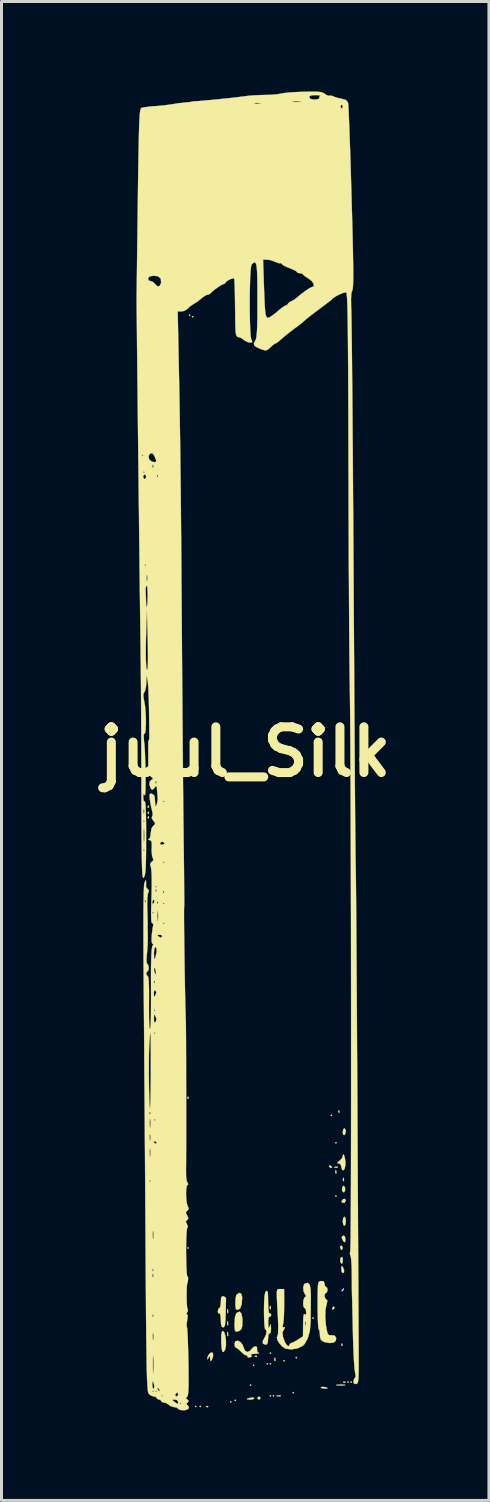
<source format=kicad_pcb>
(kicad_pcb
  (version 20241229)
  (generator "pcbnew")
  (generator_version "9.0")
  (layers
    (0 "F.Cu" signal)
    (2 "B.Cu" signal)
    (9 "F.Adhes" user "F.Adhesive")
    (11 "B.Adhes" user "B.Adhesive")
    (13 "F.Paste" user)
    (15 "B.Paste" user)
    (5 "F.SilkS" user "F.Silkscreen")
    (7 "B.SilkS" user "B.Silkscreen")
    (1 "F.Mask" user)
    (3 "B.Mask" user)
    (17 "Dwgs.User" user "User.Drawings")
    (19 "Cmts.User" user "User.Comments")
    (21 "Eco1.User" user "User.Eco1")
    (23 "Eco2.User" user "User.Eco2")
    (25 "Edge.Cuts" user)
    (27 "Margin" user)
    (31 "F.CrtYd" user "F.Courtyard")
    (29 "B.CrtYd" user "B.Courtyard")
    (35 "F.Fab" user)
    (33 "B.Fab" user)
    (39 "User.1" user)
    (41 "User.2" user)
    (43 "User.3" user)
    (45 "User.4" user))
  (footprint "juul_Silk"
    (layer "F.Cu")
    (at 5.124 22.01)
    (property "Reference" "juul_Silk" (at 0 0 0) (layer "F.SilkS") (effects (font (size 1.524 1.524) (thickness 0.3))))
    (attr through_hole)
    (fp_poly (pts (xy -1.88 16.535) (xy -1.905 16.561) (xy -1.93 16.535) (xy -1.905 16.51) (xy -1.88 16.535)) (stroke (width 0.01) (type solid)) (fill yes) (layer "F.SilkS"))
    (fp_poly (pts (xy -1.829 -14.554) (xy -1.854 -14.529) (xy -1.88 -14.554) (xy -1.854 -14.58) (xy -1.829 -14.554)) (stroke (width 0.01) (type solid)) (fill yes) (layer "F.SilkS"))
    (fp_poly (pts (xy -1.727 -14.503) (xy -1.753 -14.478) (xy -1.778 -14.503) (xy -1.753 -14.529) (xy -1.727 -14.503)) (stroke (width 0.01) (type solid)) (fill yes) (layer "F.SilkS"))
    (fp_poly (pts (xy -1.626 21.819) (xy -1.651 21.844) (xy -1.676 21.819) (xy -1.651 21.793) (xy -1.626 21.819)) (stroke (width 0.01) (type solid)) (fill yes) (layer "F.SilkS"))
    (fp_poly (pts (xy -1.473 21.819) (xy -1.499 21.844) (xy -1.524 21.819) (xy -1.499 21.793) (xy -1.473 21.819)) (stroke (width 0.01) (type solid)) (fill yes) (layer "F.SilkS"))
    (fp_poly (pts (xy -0.457 21.666) (xy -0.483 21.692) (xy -0.508 21.666) (xy -0.483 21.641) (xy -0.457 21.666)) (stroke (width 0.01) (type solid)) (fill yes) (layer "F.SilkS"))
    (fp_poly (pts (xy -0.305 21.615) (xy -0.33 21.641) (xy -0.356 21.615) (xy -0.33 21.59) (xy -0.305 21.615)) (stroke (width 0.01) (type solid)) (fill yes) (layer "F.SilkS"))
    (fp_poly (pts (xy 0.203 21.107) (xy 0.178 21.133) (xy 0.152 21.107) (xy 0.178 21.082) (xy 0.203 21.107)) (stroke (width 0.01) (type solid)) (fill yes) (layer "F.SilkS"))
    (fp_poly (pts (xy 0.305 20.447) (xy 0.279 20.472) (xy 0.254 20.447) (xy 0.279 20.422) (xy 0.305 20.447)) (stroke (width 0.01) (type solid)) (fill yes) (layer "F.SilkS"))
    (fp_poly (pts (xy 0.762 20.396) (xy 0.737 20.422) (xy 0.711 20.396) (xy 0.737 20.371) (xy 0.762 20.396)) (stroke (width 0.01) (type solid)) (fill yes) (layer "F.SilkS"))
    (fp_poly (pts (xy 0.864 20.041) (xy 0.838 20.066) (xy 0.813 20.041) (xy 0.838 20.015) (xy 0.864 20.041)) (stroke (width 0.01) (type solid)) (fill yes) (layer "F.SilkS"))
    (fp_poly (pts (xy 0.864 20.396) (xy 0.838 20.422) (xy 0.813 20.396) (xy 0.838 20.371) (xy 0.864 20.396)) (stroke (width 0.01) (type solid)) (fill yes) (layer "F.SilkS"))
    (fp_poly (pts (xy 0.864 21.463) (xy 0.838 21.488) (xy 0.813 21.463) (xy 0.838 21.438) (xy 0.864 21.463)) (stroke (width 0.01) (type solid)) (fill yes) (layer "F.SilkS"))
    (fp_poly (pts (xy 0.965 21.463) (xy 0.94 21.488) (xy 0.914 21.463) (xy 0.94 21.438) (xy 0.965 21.463)) (stroke (width 0.01) (type solid)) (fill yes) (layer "F.SilkS"))
    (fp_poly (pts (xy 1.321 20.295) (xy 1.295 20.32) (xy 1.27 20.295) (xy 1.295 20.269) (xy 1.321 20.295)) (stroke (width 0.01) (type solid)) (fill yes) (layer "F.SilkS"))
    (fp_poly (pts (xy 1.626 21.361) (xy 1.6 21.387) (xy 1.575 21.361) (xy 1.6 21.336) (xy 1.626 21.361)) (stroke (width 0.01) (type solid)) (fill yes) (layer "F.SilkS"))
    (fp_poly (pts (xy 1.727 20.193) (xy 1.702 20.218) (xy 1.676 20.193) (xy 1.702 20.168) (xy 1.727 20.193)) (stroke (width 0.01) (type solid)) (fill yes) (layer "F.SilkS"))
    (fp_poly (pts (xy 2.286 18.872) (xy 2.261 18.898) (xy 2.235 18.872) (xy 2.261 18.847) (xy 2.286 18.872)) (stroke (width 0.01) (type solid)) (fill yes) (layer "F.SilkS"))
    (fp_poly (pts (xy 2.896 12.116) (xy 2.87 12.141) (xy 2.845 12.116) (xy 2.87 12.09) (xy 2.896 12.116)) (stroke (width 0.01) (type solid)) (fill yes) (layer "F.SilkS"))
    (fp_poly (pts (xy 3.048 13.03) (xy 3.023 13.056) (xy 2.997 13.03) (xy 3.023 13.005) (xy 3.048 13.03)) (stroke (width 0.01) (type solid)) (fill yes) (layer "F.SilkS"))
    (fp_poly (pts (xy 3.048 14.808) (xy 3.023 14.834) (xy 2.997 14.808) (xy 3.023 14.783) (xy 3.048 14.808)) (stroke (width 0.01) (type solid)) (fill yes) (layer "F.SilkS"))
    (fp_poly (pts (xy 3.454 21.006) (xy 3.429 21.031) (xy 3.404 21.006) (xy 3.429 20.98) (xy 3.454 21.006)) (stroke (width 0.01) (type solid)) (fill yes) (layer "F.SilkS"))
    (fp_poly (pts (xy 3.556 21.006) (xy 3.531 21.031) (xy 3.505 21.006) (xy 3.531 20.98) (xy 3.556 21.006)) (stroke (width 0.01) (type solid)) (fill yes) (layer "F.SilkS"))
    (fp_poly (pts (xy -3.217 1.795) (xy -3.211 1.855) (xy -3.217 1.863) (xy -3.248 1.856) (xy -3.251 1.829) (xy -3.233 1.787) (xy -3.217 1.795)) (stroke (width 0.01) (type solid)) (fill yes) (layer "F.SilkS"))
    (fp_poly (pts (xy -3.217 1.998) (xy -3.211 2.058) (xy -3.217 2.066) (xy -3.248 2.059) (xy -3.251 2.032) (xy -3.233 1.99) (xy -3.217 1.998)) (stroke (width 0.01) (type solid)) (fill yes) (layer "F.SilkS"))
    (fp_poly (pts (xy -3.217 2.151) (xy -3.211 2.211) (xy -3.217 2.218) (xy -3.248 2.211) (xy -3.251 2.184) (xy -3.233 2.143) (xy -3.217 2.151)) (stroke (width 0.01) (type solid)) (fill yes) (layer "F.SilkS"))
    (fp_poly (pts (xy -1.897 11.498) (xy -1.89 11.558) (xy -1.897 11.565) (xy -1.927 11.558) (xy -1.93 11.532) (xy -1.912 11.49) (xy -1.897 11.498)) (stroke (width 0.01) (type solid)) (fill yes) (layer "F.SilkS"))
    (fp_poly (pts (xy -1.236 21.81) (xy -1.243 21.84) (xy -1.27 21.844) (xy -1.312 21.825) (xy -1.304 21.81) (xy -1.244 21.804) (xy -1.236 21.81)) (stroke (width 0.01) (type solid)) (fill yes) (layer "F.SilkS"))
    (fp_poly (pts (xy -0.576 18.58) (xy -0.569 18.684) (xy -0.576 18.707) (xy -0.594 18.713) (xy -0.602 18.644) (xy -0.594 18.571) (xy -0.576 18.58)) (stroke (width 0.01) (type solid)) (fill yes) (layer "F.SilkS"))
    (fp_poly (pts (xy -0.576 18.986) (xy -0.569 19.091) (xy -0.576 19.113) (xy -0.594 19.12) (xy -0.602 19.05) (xy -0.594 18.978) (xy -0.576 18.986)) (stroke (width 0.01) (type solid)) (fill yes) (layer "F.SilkS"))
    (fp_poly (pts (xy -0.576 19.342) (xy -0.569 19.446) (xy -0.576 19.469) (xy -0.594 19.475) (xy -0.602 19.406) (xy -0.594 19.333) (xy -0.576 19.342)) (stroke (width 0.01) (type solid)) (fill yes) (layer "F.SilkS"))
    (fp_poly (pts (xy 0.389 20.134) (xy 0.382 20.164) (xy 0.356 20.168) (xy 0.314 20.149) (xy 0.322 20.134) (xy 0.382 20.128) (xy 0.389 20.134)) (stroke (width 0.01) (type solid)) (fill yes) (layer "F.SilkS"))
    (fp_poly (pts (xy 0.848 18.482) (xy 0.854 18.561) (xy 0.843 18.579) (xy 0.82 18.564) (xy 0.817 18.512) (xy 0.829 18.458) (xy 0.848 18.482)) (stroke (width 0.01) (type solid)) (fill yes) (layer "F.SilkS"))
    (fp_poly (pts (xy 1 20.209) (xy 1.006 20.288) (xy 0.996 20.306) (xy 0.973 20.291) (xy 0.969 20.24) (xy 0.982 20.185) (xy 1 20.209)) (stroke (width 0.01) (type solid)) (fill yes) (layer "F.SilkS"))
    (fp_poly (pts (xy 1.181 21.455) (xy 1.187 21.473) (xy 1.118 21.48) (xy 1.045 21.472) (xy 1.054 21.455) (xy 1.158 21.448) (xy 1.181 21.455)) (stroke (width 0.01) (type solid)) (fill yes) (layer "F.SilkS"))
    (fp_poly (pts (xy 3.032 13.96) (xy 3.038 14.04) (xy 3.028 14.058) (xy 3.005 14.043) (xy 3.001 13.991) (xy 3.014 13.937) (xy 3.032 13.96)) (stroke (width 0.01) (type solid)) (fill yes) (layer "F.SilkS"))
    (fp_poly (pts (xy 3.085 13.838) (xy 3.07 13.861) (xy 3.018 13.864) (xy 2.964 13.852) (xy 2.988 13.834) (xy 3.067 13.828) (xy 3.085 13.838)) (stroke (width 0.01) (type solid)) (fill yes) (layer "F.SilkS"))
    (fp_poly (pts (xy 3.133 11.955) (xy 3.139 12.015) (xy 3.133 12.023) (xy 3.102 12.016) (xy 3.099 11.989) (xy 3.117 11.947) (xy 3.133 11.955)) (stroke (width 0.01) (type solid)) (fill yes) (layer "F.SilkS"))
    (fp_poly (pts (xy 3.234 19.727) (xy 3.24 19.788) (xy 3.234 19.795) (xy 3.204 19.788) (xy 3.2 19.761) (xy 3.219 19.719) (xy 3.234 19.727)) (stroke (width 0.01) (type solid)) (fill yes) (layer "F.SilkS"))
    (fp_poly (pts (xy 3.286 14.214) (xy 3.292 14.294) (xy 3.282 14.312) (xy 3.259 14.297) (xy 3.255 14.245) (xy 3.268 14.191) (xy 3.286 14.214)) (stroke (width 0.01) (type solid)) (fill yes) (layer "F.SilkS"))
    (fp_poly (pts (xy 3.336 20.997) (xy 3.329 21.028) (xy 3.302 21.031) (xy 3.26 21.013) (xy 3.268 20.997) (xy 3.328 20.991) (xy 3.336 20.997)) (stroke (width 0.01) (type solid)) (fill yes) (layer "F.SilkS"))
    (fp_poly (pts (xy 3.247 16.521) (xy 3.24 16.568) (xy 3.212 16.606) (xy 3.179 16.568) (xy 3.161 16.493) (xy 3.17 16.473) (xy 3.22 16.464) (xy 3.247 16.521)) (stroke (width 0.01) (type solid)) (fill yes) (layer "F.SilkS"))
    (fp_poly (pts (xy 3.353 14.956) (xy 3.312 15.026) (xy 3.272 15.037) (xy 3.213 15.007) (xy 3.212 14.976) (xy 3.263 14.909) (xy 3.323 14.901) (xy 3.353 14.956)) (stroke (width 0.01) (type solid)) (fill yes) (layer "F.SilkS"))
    (fp_poly (pts (xy 0.305 21.546) (xy 0.261 21.579) (xy 0.178 21.59) (xy 0.082 21.583) (xy 0.051 21.571) (xy 0.094 21.548) (xy 0.178 21.527) (xy 0.272 21.523) (xy 0.305 21.546)) (stroke (width 0.01) (type solid)) (fill yes) (layer "F.SilkS"))
    (fp_poly (pts (xy 0.507 21.527) (xy 0.508 21.539) (xy 0.469 21.589) (xy 0.457 21.59) (xy 0.408 21.551) (xy 0.406 21.539) (xy 0.445 21.49) (xy 0.457 21.488) (xy 0.507 21.527)) (stroke (width 0.01) (type solid)) (fill yes) (layer "F.SilkS"))
    (fp_poly (pts (xy 2.663 21.174) (xy 2.733 21.199) (xy 2.743 21.214) (xy 2.7 21.225) (xy 2.62 21.223) (xy 2.535 21.203) (xy 2.518 21.178) (xy 2.573 21.163) (xy 2.663 21.174)) (stroke (width 0.01) (type solid)) (fill yes) (layer "F.SilkS"))
    (fp_poly (pts (xy 2.845 13.792) (xy 2.893 13.838) (xy 2.896 13.846) (xy 2.856 13.868) (xy 2.845 13.868) (xy 2.796 13.829) (xy 2.794 13.815) (xy 2.825 13.784) (xy 2.845 13.792)) (stroke (width 0.01) (type solid)) (fill yes) (layer "F.SilkS"))
    (fp_poly (pts (xy 2.98 18.522) (xy 2.972 18.542) (xy 2.926 18.59) (xy 2.918 18.593) (xy 2.896 18.553) (xy 2.896 18.542) (xy 2.935 18.493) (xy 2.949 18.491) (xy 2.98 18.522)) (stroke (width 0.01) (type solid)) (fill yes) (layer "F.SilkS"))
    (fp_poly (pts (xy 3.235 17.148) (xy 3.251 17.17) (xy 3.296 17.278) (xy 3.288 17.355) (xy 3.251 17.374) (xy 3.215 17.33) (xy 3.201 17.234) (xy 3.209 17.145) (xy 3.235 17.148)) (stroke (width 0.01) (type solid)) (fill yes) (layer "F.SilkS"))
    (fp_poly (pts (xy 3.251 16.904) (xy 3.251 16.932) (xy 3.239 17.043) (xy 3.208 17.061) (xy 3.167 16.989) (xy 3.17 16.889) (xy 3.194 16.852) (xy 3.236 16.834) (xy 3.251 16.904)) (stroke (width 0.01) (type solid)) (fill yes) (layer "F.SilkS"))
    (fp_poly (pts (xy 3.286 17.914) (xy 3.277 17.932) (xy 3.229 17.981) (xy 3.22 17.983) (xy 3.216 17.95) (xy 3.226 17.932) (xy 3.274 17.884) (xy 3.283 17.882) (xy 3.286 17.914)) (stroke (width 0.01) (type solid)) (fill yes) (layer "F.SilkS"))
    (fp_poly (pts (xy 3.315 21.097) (xy 3.336 21.109) (xy 3.269 21.117) (xy 3.175 21.118) (xy 3.06 21.114) (xy 3.026 21.105) (xy 3.061 21.096) (xy 3.212 21.088) (xy 3.315 21.097)) (stroke (width 0.01) (type solid)) (fill yes) (layer "F.SilkS"))
    (fp_poly (pts (xy 3.323 14.515) (xy 3.331 14.601) (xy 3.305 14.669) (xy 3.278 14.681) (xy 3.234 14.639) (xy 3.226 14.567) (xy 3.25 14.483) (xy 3.281 14.465) (xy 3.323 14.515)) (stroke (width 0.01) (type solid)) (fill yes) (layer "F.SilkS"))
    (fp_poly (pts (xy 3.325 16.164) (xy 3.339 16.257) (xy 3.328 16.343) (xy 3.298 16.336) (xy 3.253 16.284) (xy 3.217 16.197) (xy 3.225 16.156) (xy 3.279 16.121) (xy 3.325 16.164)) (stroke (width 0.01) (type solid)) (fill yes) (layer "F.SilkS"))
    (fp_poly (pts (xy 3.344 12.59) (xy 3.353 12.646) (xy 3.329 12.743) (xy 3.302 12.776) (xy 3.264 12.758) (xy 3.251 12.678) (xy 3.268 12.581) (xy 3.302 12.548) (xy 3.344 12.59)) (stroke (width 0.01) (type solid)) (fill yes) (layer "F.SilkS"))
    (fp_poly (pts (xy 3.338 15.538) (xy 3.353 15.645) (xy 3.353 15.646) (xy 3.338 15.753) (xy 3.303 15.799) (xy 3.302 15.799) (xy 3.266 15.755) (xy 3.251 15.648) (xy 3.251 15.646) (xy 3.266 15.539) (xy 3.301 15.494) (xy 3.302 15.494) (xy 3.338 15.538)) (stroke (width 0.01) (type solid)) (fill yes) (layer "F.SilkS"))
    (fp_poly (pts (xy -1.073 20.056) (xy -1.073 20.148) (xy -1.107 20.251) (xy -1.118 20.269) (xy -1.154 20.307) (xy -1.169 20.255) (xy -1.171 20.218) (xy -1.178 20.134) (xy -1.197 20.144) (xy -1.219 20.193) (xy -1.253 20.252) (xy -1.266 20.216) (xy -1.236 20.116) (xy -1.162 20.035) (xy -1.107 20.015) (xy -1.073 20.056)) (stroke (width 0.01) (type solid)) (fill yes) (layer "F.SilkS"))
    (fp_poly (pts (xy -0.697 19.349) (xy -0.664 19.464) (xy -0.644 19.614) (xy -0.642 19.769) (xy -0.66 19.895) (xy -0.671 19.926) (xy -0.724 20.005) (xy -0.762 19.991) (xy -0.787 19.881) (xy -0.8 19.673) (xy -0.8 19.66) (xy -0.8 19.463) (xy -0.785 19.351) (xy -0.754 19.307) (xy -0.74 19.304) (xy -0.697 19.349)) (stroke (width 0.01) (type solid)) (fill yes) (layer "F.SilkS"))
    (fp_poly (pts (xy -0.136 18.06) (xy -0.103 18.171) (xy -0.102 18.199) (xy -0.119 18.407) (xy -0.164 18.543) (xy -0.232 18.593) (xy -0.235 18.593) (xy -0.302 18.585) (xy -0.31 18.58) (xy -0.326 18.485) (xy -0.329 18.345) (xy -0.319 18.205) (xy -0.299 18.109) (xy -0.292 18.098) (xy -0.205 18.033) (xy -0.136 18.06)) (stroke (width 0.01) (type solid)) (fill yes) (layer "F.SilkS"))
    (fp_poly (pts (xy -0.129 18.718) (xy -0.098 18.874) (xy -0.094 18.96) (xy -0.098 19.139) (xy -0.128 19.243) (xy -0.194 19.299) (xy -0.253 19.319) (xy -0.311 19.325) (xy -0.341 19.29) (xy -0.354 19.193) (xy -0.356 19.051) (xy -0.342 18.842) (xy -0.3 18.718) (xy -0.277 18.693) (xy -0.189 18.657) (xy -0.129 18.718)) (stroke (width 0.01) (type solid)) (fill yes) (layer "F.SilkS"))
    (fp_poly (pts (xy 3.286 13.432) (xy 3.314 13.51) (xy 3.336 13.628) (xy 3.338 13.642) (xy 3.337 13.784) (xy 3.312 13.895) (xy 3.271 13.949) (xy 3.236 13.938) (xy 3.205 13.861) (xy 3.2 13.809) (xy 3.161 13.73) (xy 3.113 13.716) (xy 3.064 13.706) (xy 3.096 13.668) (xy 3.138 13.637) (xy 3.223 13.55) (xy 3.251 13.476) (xy 3.262 13.414) (xy 3.286 13.432)) (stroke (width 0.01) (type solid)) (fill yes) (layer "F.SilkS"))
    (fp_poly (pts (xy -0.651 18.189) (xy -0.64 18.225) (xy -0.643 18.302) (xy -0.647 18.453) (xy -0.651 18.651) (xy -0.653 18.737) (xy -0.66 18.958) (xy -0.674 19.095) (xy -0.698 19.165) (xy -0.735 19.185) (xy -0.737 19.185) (xy -0.785 19.158) (xy -0.808 19.062) (xy -0.813 18.937) (xy -0.822 18.788) (xy -0.847 18.72) (xy -0.864 18.72) (xy -0.904 18.704) (xy -0.914 18.647) (xy -0.894 18.562) (xy -0.864 18.542) (xy -0.832 18.497) (xy -0.814 18.384) (xy -0.813 18.335) (xy -0.805 18.202) (xy -0.775 18.148) (xy -0.724 18.145) (xy -0.651 18.189)) (stroke (width 0.01) (type solid)) (fill yes) (layer "F.SilkS"))
    (fp_poly (pts (xy -0.155 19.675) (xy -0.083 19.771) (xy -0.066 19.823) (xy -0.012 19.956) (xy 0.069 20.006) (xy 0.16 19.964) (xy 0.193 19.922) (xy 0.275 19.837) (xy 0.352 19.812) (xy 0.395 19.849) (xy 0.392 19.911) (xy 0.403 20.004) (xy 0.45 20.032) (xy 0.459 20.047) (xy 0.384 20.058) (xy 0.33 20.061) (xy 0.207 20.073) (xy 0.182 20.099) (xy 0.195 20.111) (xy 0.226 20.149) (xy 0.163 20.18) (xy 0.157 20.181) (xy 0.085 20.186) (xy 0.079 20.163) (xy 0.067 20.122) (xy 0.038 20.117) (xy -0.042 20.081) (xy -0.138 19.995) (xy -0.143 19.99) (xy -0.233 19.902) (xy -0.302 19.863) (xy -0.304 19.863) (xy -0.344 19.822) (xy -0.356 19.736) (xy -0.334 19.657) (xy -0.327 19.648) (xy -0.247 19.627) (xy -0.155 19.675)) (stroke (width 0.01) (type solid)) (fill yes) (layer "F.SilkS"))
    (fp_poly (pts (xy 2.617 17.646) (xy 2.642 17.724) (xy 2.642 17.726) (xy 2.662 17.81) (xy 2.692 17.831) (xy 2.734 17.873) (xy 2.743 17.932) (xy 2.722 18.015) (xy 2.692 18.034) (xy 2.65 18.072) (xy 2.645 18.154) (xy 2.675 18.23) (xy 2.702 18.249) (xy 2.737 18.291) (xy 2.718 18.392) (xy 2.709 18.418) (xy 2.674 18.595) (xy 2.667 18.832) (xy 2.687 19.095) (xy 2.716 19.271) (xy 2.75 19.396) (xy 2.798 19.445) (xy 2.874 19.443) (xy 2.985 19.458) (xy 3.032 19.541) (xy 3.016 19.634) (xy 2.945 19.69) (xy 2.813 19.705) (xy 2.652 19.675) (xy 2.603 19.658) (xy 2.521 19.598) (xy 2.491 19.485) (xy 2.489 19.433) (xy 2.48 19.314) (xy 2.456 19.255) (xy 2.451 19.253) (xy 2.438 19.205) (xy 2.427 19.073) (xy 2.419 18.873) (xy 2.414 18.623) (xy 2.413 18.453) (xy 2.413 18.152) (xy 2.416 17.938) (xy 2.423 17.795) (xy 2.437 17.708) (xy 2.459 17.663) (xy 2.492 17.643) (xy 2.527 17.637) (xy 2.617 17.646)) (stroke (width 0.01) (type solid)) (fill yes) (layer "F.SilkS"))
    (fp_poly (pts (xy 0.748 18.008) (xy 0.759 18.121) (xy 0.762 18.32) (xy 0.762 18.336) (xy 0.768 18.552) (xy 0.784 18.683) (xy 0.81 18.721) (xy 0.813 18.72) (xy 0.856 18.732) (xy 0.864 18.771) (xy 0.84 18.825) (xy 0.813 18.821) (xy 0.782 18.846) (xy 0.767 18.958) (xy 0.767 19.034) (xy 0.773 19.169) (xy 0.785 19.212) (xy 0.806 19.171) (xy 0.813 19.152) (xy 0.839 19.082) (xy 0.852 19.095) (xy 0.858 19.2) (xy 0.859 19.218) (xy 0.851 19.341) (xy 0.822 19.383) (xy 0.813 19.38) (xy 0.779 19.403) (xy 0.763 19.51) (xy 0.762 19.555) (xy 0.749 19.7) (xy 0.706 19.758) (xy 0.689 19.761) (xy 0.602 19.73) (xy 0.584 19.71) (xy 0.587 19.636) (xy 0.632 19.547) (xy 0.69 19.432) (xy 0.71 19.325) (xy 0.689 19.26) (xy 0.668 19.253) (xy 0.652 19.206) (xy 0.638 19.076) (xy 0.629 18.884) (xy 0.625 18.65) (xy 0.625 18.643) (xy 0.629 18.357) (xy 0.64 18.159) (xy 0.661 18.037) (xy 0.693 17.977) (xy 0.694 17.977) (xy 0.728 17.965) (xy 0.748 18.008)) (stroke (width 0.01) (type solid)) (fill yes) (layer "F.SilkS"))
    (fp_poly (pts (xy 2.142 17.751) (xy 2.174 17.874) (xy 2.187 18.082) (xy 2.187 18.191) (xy 2.185 18.455) (xy 2.182 18.741) (xy 2.18 18.987) (xy 2.18 18.992) (xy 2.154 19.29) (xy 2.085 19.544) (xy 1.981 19.733) (xy 1.914 19.799) (xy 1.741 19.882) (xy 1.538 19.916) (xy 1.354 19.894) (xy 1.334 19.886) (xy 1.228 19.816) (xy 1.134 19.71) (xy 1.07 19.599) (xy 1.053 19.509) (xy 1.073 19.478) (xy 1.092 19.415) (xy 1.1 19.264) (xy 1.097 19.04) (xy 1.089 18.855) (xy 1.071 18.522) (xy 1.058 18.278) (xy 1.052 18.108) (xy 1.053 17.999) (xy 1.064 17.938) (xy 1.085 17.911) (xy 1.116 17.905) (xy 1.16 17.907) (xy 1.168 17.907) (xy 1.295 17.907) (xy 1.297 18.44) (xy 1.294 18.675) (xy 1.285 18.882) (xy 1.27 19.034) (xy 1.259 19.091) (xy 1.244 19.172) (xy 1.27 19.177) (xy 1.317 19.179) (xy 1.321 19.196) (xy 1.284 19.269) (xy 1.274 19.276) (xy 1.241 19.352) (xy 1.255 19.487) (xy 1.313 19.655) (xy 1.322 19.672) (xy 1.386 19.774) (xy 1.443 19.813) (xy 1.472 19.778) (xy 1.473 19.761) (xy 1.509 19.712) (xy 1.52 19.71) (xy 1.59 19.685) (xy 1.705 19.622) (xy 1.747 19.596) (xy 1.926 19.482) (xy 1.929 19.075) (xy 1.93 19.05) (xy 1.989 19.05) (xy 1.997 19.122) (xy 2.015 19.113) (xy 2.022 19.009) (xy 2.015 18.986) (xy 1.996 18.98) (xy 1.989 19.05) (xy 1.93 19.05) (xy 1.935 18.867) (xy 1.949 18.755) (xy 1.973 18.735) (xy 1.981 18.745) (xy 2.016 18.78) (xy 2.03 18.726) (xy 2.031 18.682) (xy 2.016 18.58) (xy 1.981 18.542) (xy 1.945 18.5) (xy 1.931 18.4) (xy 1.94 18.285) (xy 1.969 18.195) (xy 1.994 18.172) (xy 2.032 18.138) (xy 1.994 18.081) (xy 1.944 17.981) (xy 1.933 17.856) (xy 1.96 17.751) (xy 1.999 17.714) (xy 2.085 17.702) (xy 2.142 17.751)) (stroke (width 0.01) (type solid)) (fill yes) (layer "F.SilkS"))
    (fp_poly (pts (xy 2.416 -22.001) (xy 2.534 -21.99) (xy 2.539 -21.989) (xy 2.641 -21.94) (xy 2.683 -21.907) (xy 2.761 -21.866) (xy 2.796 -21.871) (xy 2.872 -21.872) (xy 2.932 -21.848) (xy 3.042 -21.807) (xy 3.193 -21.772) (xy 3.213 -21.768) (xy 3.353 -21.728) (xy 3.419 -21.654) (xy 3.428 -21.626) (xy 3.435 -21.551) (xy 3.444 -21.386) (xy 3.455 -21.144) (xy 3.468 -20.837) (xy 3.481 -20.476) (xy 3.495 -20.075) (xy 3.509 -19.644) (xy 3.509 -19.634) (xy 3.532 -18.868) (xy 3.551 -18.197) (xy 3.567 -17.615) (xy 3.58 -17.117) (xy 3.589 -16.696) (xy 3.596 -16.345) (xy 3.599 -16.06) (xy 3.6 -15.834) (xy 3.597 -15.661) (xy 3.592 -15.534) (xy 3.584 -15.448) (xy 3.573 -15.396) (xy 3.564 -15.376) (xy 3.538 -15.288) (xy 3.526 -15.109) (xy 3.529 -14.852) (xy 3.531 -14.805) (xy 3.536 -14.649) (xy 3.541 -14.395) (xy 3.546 -14.042) (xy 3.552 -13.591) (xy 3.558 -13.041) (xy 3.564 -12.392) (xy 3.571 -11.643) (xy 3.577 -10.795) (xy 3.585 -9.847) (xy 3.592 -8.798) (xy 3.6 -7.65) (xy 3.608 -6.401) (xy 3.616 -5.051) (xy 3.625 -3.6) (xy 3.634 -2.047) (xy 3.635 -1.803) (xy 3.64 -1.08) (xy 3.644 -0.375) (xy 3.649 0.303) (xy 3.653 0.946) (xy 3.658 1.547) (xy 3.662 2.096) (xy 3.667 2.588) (xy 3.671 3.013) (xy 3.675 3.363) (xy 3.678 3.632) (xy 3.681 3.81) (xy 3.683 3.861) (xy 3.685 3.98) (xy 3.688 4.197) (xy 3.691 4.508) (xy 3.695 4.908) (xy 3.698 5.393) (xy 3.703 5.96) (xy 3.707 6.605) (xy 3.712 7.323) (xy 3.717 8.111) (xy 3.722 8.964) (xy 3.727 9.879) (xy 3.733 10.852) (xy 3.739 11.877) (xy 3.744 12.952) (xy 3.75 14.073) (xy 3.756 15.235) (xy 3.762 16.435) (xy 3.769 17.668) (xy 3.775 18.93) (xy 3.781 20.192) (xy 3.781 20.509) (xy 3.779 20.738) (xy 3.772 20.894) (xy 3.759 20.992) (xy 3.74 21.045) (xy 3.711 21.068) (xy 3.696 21.072) (xy 3.622 21.053) (xy 3.607 20.988) (xy 3.629 20.898) (xy 3.657 20.87) (xy 3.682 20.811) (xy 3.66 20.676) (xy 3.645 20.574) (xy 3.63 20.388) (xy 3.615 20.135) (xy 3.602 19.832) (xy 3.592 19.496) (xy 3.588 19.329) (xy 3.581 18.992) (xy 3.574 18.685) (xy 3.568 18.426) (xy 3.563 18.23) (xy 3.559 18.111) (xy 3.558 18.085) (xy 3.556 18.006) (xy 3.554 17.848) (xy 3.553 17.637) (xy 3.552 17.425) (xy 3.548 17.189) (xy 3.538 16.991) (xy 3.523 16.852) (xy 3.507 16.796) (xy 3.487 16.718) (xy 3.501 16.643) (xy 3.505 16.581) (xy 3.509 16.424) (xy 3.513 16.177) (xy 3.516 15.847) (xy 3.518 15.44) (xy 3.521 14.962) (xy 3.523 14.418) (xy 3.525 13.816) (xy 3.526 13.161) (xy 3.527 12.459) (xy 3.528 11.716) (xy 3.528 10.939) (xy 3.528 10.134) (xy 3.528 9.306) (xy 3.528 8.462) (xy 3.527 7.608) (xy 3.526 6.75) (xy 3.525 5.894) (xy 3.523 5.046) (xy 3.521 4.212) (xy 3.519 3.399) (xy 3.516 2.612) (xy 3.514 1.858) (xy 3.511 1.142) (xy 3.508 0.471) (xy 3.504 -0.149) (xy 3.5 -0.712) (xy 3.497 -1.212) (xy 3.492 -1.643) (xy 3.488 -1.999) (xy 3.485 -2.21) (xy 3.48 -2.499) (xy 3.476 -2.881) (xy 3.471 -3.346) (xy 3.467 -3.884) (xy 3.463 -4.487) (xy 3.459 -5.145) (xy 3.455 -5.848) (xy 3.451 -6.588) (xy 3.448 -7.355) (xy 3.445 -8.139) (xy 3.443 -8.932) (xy 3.441 -9.613) (xy 3.439 -10.526) (xy 3.437 -11.342) (xy 3.434 -12.066) (xy 3.431 -12.702) (xy 3.427 -13.256) (xy 3.423 -13.732) (xy 3.419 -14.136) (xy 3.414 -14.47) (xy 3.408 -14.742) (xy 3.401 -14.955) (xy 3.394 -15.113) (xy 3.385 -15.223) (xy 3.376 -15.288) (xy 3.366 -15.314) (xy 3.365 -15.314) (xy 3.289 -15.305) (xy 3.165 -15.258) (xy 3.032 -15.191) (xy 2.927 -15.123) (xy 2.896 -15.091) (xy 2.846 -15.047) (xy 2.733 -14.959) (xy 2.577 -14.841) (xy 2.475 -14.765) (xy 2.293 -14.629) (xy 2.135 -14.507) (xy 2.023 -14.416) (xy 1.992 -14.388) (xy 1.906 -14.313) (xy 1.768 -14.204) (xy 1.625 -14.097) (xy 1.454 -13.968) (xy 1.295 -13.838) (xy 1.199 -13.754) (xy 1.096 -13.665) (xy 1.022 -13.617) (xy 1.011 -13.614) (xy 0.951 -13.582) (xy 0.857 -13.501) (xy 0.838 -13.482) (xy 0.741 -13.398) (xy 0.66 -13.379) (xy 0.545 -13.414) (xy 0.543 -13.415) (xy 0.378 -13.487) (xy 0.298 -13.55) (xy 0.289 -13.618) (xy 0.329 -13.696) (xy 0.354 -13.75) (xy 0.373 -13.833) (xy 0.387 -13.959) (xy 0.397 -14.139) (xy 0.403 -14.386) (xy 0.406 -14.712) (xy 0.406 -15.06) (xy 0.406 -15.468) (xy 0.402 -15.784) (xy 0.394 -16.017) (xy 0.38 -16.176) (xy 0.359 -16.272) (xy 0.33 -16.313) (xy 0.289 -16.309) (xy 0.237 -16.269) (xy 0.213 -16.246) (xy 0.194 -16.177) (xy 0.178 -16.024) (xy 0.165 -15.804) (xy 0.156 -15.536) (xy 0.151 -15.236) (xy 0.149 -14.923) (xy 0.151 -14.613) (xy 0.157 -14.324) (xy 0.166 -14.074) (xy 0.179 -13.881) (xy 0.196 -13.761) (xy 0.208 -13.732) (xy 0.237 -13.67) (xy 0.193 -13.639) (xy 0.104 -13.649) (xy 0.04 -13.676) (xy -0.057 -13.737) (xy -0.102 -13.774) (xy -0.167 -13.809) (xy -0.229 -13.825) (xy -0.264 -13.837) (xy -0.29 -13.865) (xy -0.309 -13.924) (xy -0.321 -14.027) (xy -0.329 -14.189) (xy -0.334 -14.422) (xy -0.337 -14.741) (xy -0.338 -14.8) (xy -0.342 -15.101) (xy -0.347 -15.365) (xy -0.354 -15.577) (xy -0.361 -15.72) (xy -0.369 -15.779) (xy -0.369 -15.779) (xy -0.429 -15.779) (xy -0.527 -15.741) (xy -0.619 -15.687) (xy -0.66 -15.639) (xy -0.66 -15.638) (xy -0.7 -15.597) (xy -0.715 -15.596) (xy -0.784 -15.567) (xy -0.898 -15.496) (xy -1.021 -15.407) (xy -1.12 -15.324) (xy -1.16 -15.278) (xy -1.218 -15.244) (xy -1.251 -15.24) (xy -1.336 -15.208) (xy -1.445 -15.128) (xy -1.457 -15.118) (xy -1.59 -15.011) (xy -1.721 -14.927) (xy -1.844 -14.846) (xy -1.921 -14.77) (xy -2.02 -14.702) (xy -2.119 -14.681) (xy -2.251 -14.681) (xy -2.214 -12.865) (xy -2.203 -12.334) (xy -2.194 -11.815) (xy -2.185 -11.299) (xy -2.177 -10.778) (xy -2.169 -10.242) (xy -2.162 -9.683) (xy -2.155 -9.092) (xy -2.148 -8.46) (xy -2.142 -7.777) (xy -2.135 -7.036) (xy -2.129 -6.226) (xy -2.123 -5.34) (xy -2.116 -4.367) (xy -2.11 -3.556) (xy -2.105 -2.839) (xy -2.1 -2.105) (xy -2.094 -1.365) (xy -2.088 -0.633) (xy -2.082 0.077) (xy -2.076 0.752) (xy -2.07 1.38) (xy -2.065 1.947) (xy -2.059 2.439) (xy -2.054 2.844) (xy -2.054 2.87) (xy -2.048 3.331) (xy -2.043 3.763) (xy -2.039 4.156) (xy -2.037 4.498) (xy -2.035 4.778) (xy -2.034 4.984) (xy -2.035 5.106) (xy -2.036 5.131) (xy -2.04 5.235) (xy -2.041 5.427) (xy -2.04 5.691) (xy -2.037 6.015) (xy -2.033 6.383) (xy -2.028 6.782) (xy -2.022 7.196) (xy -2.014 7.613) (xy -2.006 8.017) (xy -1.998 8.395) (xy -1.989 8.732) (xy -1.98 9.014) (xy -1.979 9.042) (xy -1.977 9.144) (xy -1.976 9.335) (xy -1.974 9.601) (xy -1.973 9.929) (xy -1.971 10.306) (xy -1.971 10.719) (xy -1.97 11.156) (xy -1.969 11.602) (xy -1.969 12.044) (xy -1.969 12.471) (xy -1.969 12.868) (xy -1.97 13.222) (xy -1.971 13.52) (xy -1.972 13.75) (xy -1.974 13.898) (xy -1.974 13.936) (xy -1.972 14.145) (xy -1.952 14.296) (xy -1.927 14.355) (xy -1.898 14.415) (xy -1.919 14.427) (xy -1.95 14.473) (xy -1.968 14.588) (xy -1.973 14.744) (xy -1.966 14.909) (xy -1.947 15.053) (xy -1.917 15.142) (xy -1.881 15.229) (xy -1.92 15.284) (xy -1.93 15.291) (xy -1.979 15.341) (xy -1.959 15.413) (xy -1.938 15.448) (xy -1.896 15.537) (xy -1.92 15.588) (xy -1.938 15.601) (xy -1.981 15.651) (xy -1.952 15.731) (xy -1.943 15.746) (xy -1.911 15.824) (xy -1.926 15.85) (xy -1.943 15.898) (xy -1.957 16.034) (xy -1.966 16.244) (xy -1.971 16.513) (xy -1.972 16.662) (xy -1.969 16.937) (xy -1.962 17.172) (xy -1.952 17.35) (xy -1.94 17.455) (xy -1.931 17.475) (xy -1.906 17.518) (xy -1.905 17.59) (xy -1.919 17.679) (xy -1.927 17.704) (xy -1.941 17.75) (xy -1.95 17.869) (xy -1.954 18.033) (xy -1.953 18.214) (xy -1.948 18.382) (xy -1.938 18.511) (xy -1.924 18.571) (xy -1.923 18.572) (xy -1.908 18.63) (xy -1.934 18.674) (xy -1.963 18.734) (xy -1.942 18.745) (xy -1.915 18.79) (xy -1.93 18.92) (xy -1.933 18.933) (xy -1.953 19.068) (xy -1.949 19.16) (xy -1.944 19.17) (xy -1.935 19.233) (xy -1.924 19.383) (xy -1.914 19.603) (xy -1.905 19.879) (xy -1.897 20.195) (xy -1.894 20.336) (xy -1.889 20.719) (xy -1.888 21.011) (xy -1.892 21.224) (xy -1.901 21.368) (xy -1.916 21.455) (xy -1.938 21.495) (xy -1.941 21.497) (xy -1.978 21.542) (xy -1.93 21.59) (xy -1.882 21.64) (xy -1.923 21.685) (xy -1.962 21.736) (xy -1.936 21.764) (xy -1.874 21.836) (xy -1.899 21.902) (xy -1.998 21.941) (xy -2.057 21.946) (xy -2.175 21.933) (xy -2.234 21.901) (xy -2.235 21.895) (xy -2.278 21.856) (xy -2.356 21.844) (xy -2.477 21.814) (xy -2.54 21.768) (xy -2.64 21.703) (xy -2.699 21.692) (xy -2.778 21.669) (xy -2.794 21.641) (xy -2.835 21.596) (xy -2.843 21.594) (xy -2.424 21.594) (xy -2.413 21.622) (xy -2.359 21.665) (xy -2.273 21.727) (xy -2.24 21.728) (xy -2.239 21.717) (xy -2.184 21.717) (xy -2.159 21.742) (xy -2.134 21.717) (xy -2.159 21.692) (xy -2.184 21.717) (xy -2.239 21.717) (xy -2.235 21.668) (xy -2.235 21.666) (xy -2.278 21.604) (xy -2.347 21.59) (xy -2.424 21.594) (xy -2.843 21.594) (xy -2.87 21.59) (xy -2.938 21.563) (xy -2.946 21.539) (xy -2.989 21.497) (xy -3.04 21.488) (xy -3.116 21.463) (xy -2.794 21.463) (xy -2.769 21.488) (xy -2.743 21.463) (xy -2.766 21.441) (xy -2.337 21.441) (xy -2.298 21.487) (xy -2.286 21.488) (xy -2.241 21.447) (xy -2.235 21.409) (xy -2.26 21.357) (xy -2.286 21.361) (xy -2.335 21.426) (xy -2.337 21.441) (xy -2.766 21.441) (xy -2.769 21.438) (xy -2.794 21.463) (xy -3.116 21.463) (xy -3.147 21.452) (xy -3.213 21.399) (xy -3.226 21.376) (xy -3.238 21.333) (xy -3.242 21.311) (xy -3.099 21.311) (xy -3.073 21.336) (xy -3.048 21.311) (xy -2.997 21.311) (xy -2.972 21.336) (xy -2.946 21.311) (xy -2.972 21.285) (xy -2.997 21.311) (xy -3.048 21.311) (xy -3.073 21.285) (xy -3.099 21.311) (xy -3.242 21.311) (xy -3.249 21.266) (xy -3.258 21.167) (xy -3.262 21.107) (xy -3.099 21.107) (xy -3.084 21.203) (xy -3.055 21.234) (xy -3.031 21.192) (xy -3.031 21.189) (xy -2.932 21.189) (xy -2.921 21.24) (xy -2.918 21.249) (xy -2.877 21.311) (xy -2.855 21.312) (xy -2.86 21.258) (xy -2.889 21.221) (xy -2.932 21.189) (xy -3.031 21.189) (xy -3.036 21.107) (xy -3.06 21.012) (xy -3.079 20.98) (xy -3.094 21.024) (xy -3.099 21.107) (xy -3.262 21.107) (xy -3.266 21.031) (xy -3.274 20.853) (xy -3.281 20.626) (xy -3.285 20.422) (xy -3.08 20.422) (xy -3.079 20.598) (xy -3.074 20.699) (xy -3.068 20.715) (xy -3.061 20.663) (xy -3.054 20.45) (xy -3.058 20.226) (xy -3.061 20.18) (xy -3.069 20.124) (xy -3.076 20.16) (xy -3.079 20.279) (xy -3.08 20.422) (xy -3.285 20.422) (xy -3.287 20.344) (xy -3.292 20.002) (xy -3.298 19.594) (xy -3.299 19.482) (xy -3.086 19.482) (xy -3.082 19.586) (xy -3.07 19.613) (xy -3.064 19.597) (xy -3.054 19.475) (xy -3.063 19.393) (xy -3.076 19.365) (xy -3.085 19.426) (xy -3.086 19.482) (xy -3.299 19.482) (xy -3.303 19.114) (xy -3.306 18.796) (xy -3.099 18.796) (xy -3.08 18.838) (xy -3.065 18.83) (xy -3.059 18.77) (xy -3.065 18.762) (xy -3.095 18.769) (xy -3.099 18.796) (xy -3.306 18.796) (xy -3.308 18.556) (xy -3.312 17.914) (xy -3.316 17.446) (xy -3.095 17.446) (xy -3.085 17.511) (xy -3.068 17.512) (xy -3.056 17.444) (xy -3.064 17.415) (xy -3.087 17.396) (xy -3.095 17.446) (xy -3.316 17.446) (xy -3.317 17.272) (xy -3.099 17.272) (xy -3.08 17.314) (xy -3.065 17.306) (xy -3.059 17.246) (xy -3.065 17.238) (xy -3.095 17.245) (xy -3.099 17.272) (xy -3.317 17.272) (xy -3.317 17.182) (xy -3.323 16.355) (xy -3.323 16.332) (xy -3.324 16.104) (xy -3.085 16.104) (xy -3.081 16.213) (xy -3.071 16.244) (xy -3.063 16.218) (xy -3.055 16.07) (xy -3.063 15.989) (xy -3.076 15.965) (xy -3.083 16.029) (xy -3.085 16.104) (xy -3.324 16.104) (xy -3.328 15.531) (xy -3.333 14.688) (xy -3.336 14.3) (xy -3.2 14.3) (xy -3.175 14.326) (xy -3.15 14.3) (xy -3.175 14.275) (xy -3.2 14.3) (xy -3.336 14.3) (xy -3.339 13.819) (xy -3.342 13.36) (xy -3.187 13.36) (xy -3.183 13.47) (xy -3.172 13.5) (xy -3.165 13.475) (xy -3.156 13.327) (xy -3.165 13.246) (xy -3.177 13.222) (xy -3.185 13.286) (xy -3.187 13.36) (xy -3.342 13.36) (xy -3.345 13.002) (xy -3.048 13.002) (xy -3.011 13.054) (xy -2.997 13.056) (xy -2.948 13.038) (xy -2.946 13.033) (xy -2.982 12.99) (xy -2.997 12.979) (xy -3.044 12.983) (xy -3.048 13.002) (xy -3.345 13.002) (xy -3.345 12.939) (xy -3.346 12.852) (xy -3.189 12.852) (xy -3.183 12.945) (xy -3.17 12.956) (xy -3.165 12.941) (xy -3.157 12.812) (xy -3.165 12.764) (xy -3.18 12.748) (xy -3.188 12.818) (xy -3.189 12.852) (xy -3.346 12.852) (xy -3.349 12.37) (xy -3.186 12.37) (xy -3.183 12.49) (xy -3.174 12.534) (xy -3.165 12.51) (xy -3.155 12.371) (xy -3.163 12.268) (xy -3.048 12.268) (xy -3.023 12.294) (xy -2.997 12.268) (xy -3.023 12.243) (xy -3.048 12.268) (xy -3.163 12.268) (xy -3.164 12.256) (xy -3.176 12.221) (xy -3.184 12.276) (xy -3.186 12.37) (xy -3.349 12.37) (xy -3.351 12.063) (xy -3.352 12.04) (xy -3.2 12.04) (xy -3.182 12.081) (xy -3.167 12.073) (xy -3.16 12.013) (xy -3.167 12.006) (xy -3.197 12.013) (xy -3.2 12.04) (xy -3.352 12.04) (xy -3.358 11.205) (xy -3.362 10.658) (xy -3.213 10.658) (xy -3.211 10.949) (xy -3.207 11.228) (xy -3.201 11.477) (xy -3.194 11.679) (xy -3.185 11.818) (xy -3.175 11.876) (xy -3.172 11.876) (xy -3.166 11.821) (xy -3.16 11.678) (xy -3.155 11.462) (xy -3.151 11.187) (xy -3.148 10.866) (xy -3.147 10.613) (xy -3.147 10.176) (xy -3.148 9.836) (xy -3.15 9.59) (xy -3.154 9.431) (xy -3.158 9.373) (xy -3.048 9.373) (xy -3.023 9.398) (xy -2.997 9.373) (xy -3.023 9.347) (xy -3.048 9.373) (xy -3.158 9.373) (xy -3.159 9.357) (xy -3.167 9.362) (xy -3.176 9.442) (xy -3.189 9.593) (xy -3.196 9.703) (xy -3.204 9.876) (xy -3.21 10.104) (xy -3.212 10.37) (xy -3.213 10.658) (xy -3.362 10.658) (xy -3.364 10.38) (xy -3.369 9.603) (xy -3.375 8.89) (xy -3.38 8.255) (xy -3.383 7.925) (xy -3.389 7.132) (xy -3.392 6.438) (xy -3.393 5.843) (xy -3.392 5.348) (xy -3.388 4.978) (xy -3.353 4.978) (xy -3.334 5.02) (xy -3.319 5.012) (xy -3.313 4.952) (xy -3.319 4.945) (xy -3.349 4.952) (xy -3.353 4.978) (xy -3.388 4.978) (xy -3.388 4.953) (xy -3.381 4.659) (xy -3.373 4.465) (xy -3.361 4.373) (xy -3.36 4.369) (xy -3.323 4.283) (xy -3.309 4.289) (xy -3.305 4.356) (xy -3.304 4.46) (xy -3.306 4.503) (xy -3.274 4.555) (xy -3.246 4.575) (xy -3.21 4.638) (xy -3.231 4.682) (xy -3.252 4.76) (xy -3.264 4.913) (xy -3.268 5.115) (xy -3.266 5.232) (xy -3.259 5.449) (xy -3.254 5.63) (xy -3.252 5.749) (xy -3.253 5.779) (xy -3.254 5.877) (xy -3.252 5.969) (xy -3.248 6.218) (xy -3.252 6.414) (xy -3.265 6.605) (xy -3.279 6.744) (xy -3.291 6.908) (xy -3.287 7.022) (xy -3.27 7.061) (xy -3.234 7.105) (xy -3.218 7.188) (xy -3.228 7.283) (xy -3.257 7.315) (xy -3.297 7.356) (xy -3.302 7.391) (xy -3.274 7.459) (xy -3.25 7.468) (xy -3.229 7.518) (xy -3.214 7.667) (xy -3.207 7.912) (xy -3.207 8.251) (xy -3.208 8.331) (xy -3.209 8.617) (xy -3.207 8.868) (xy -3.201 9.064) (xy -3.192 9.191) (xy -3.184 9.228) (xy -3.171 9.227) (xy -3.16 9.188) (xy -3.152 9.103) (xy -3.146 8.962) (xy -3.145 8.887) (xy -3.045 8.887) (xy -3.039 8.999) (xy -3.013 9.022) (xy -2.989 9.003) (xy -2.955 8.925) (xy -2.985 8.828) (xy -3.023 8.759) (xy -3.039 8.771) (xy -3.044 8.874) (xy -3.045 8.887) (xy -3.145 8.887) (xy -3.143 8.756) (xy -3.142 8.611) (xy -3.048 8.611) (xy -3.023 8.636) (xy -2.997 8.611) (xy -3.023 8.585) (xy -3.048 8.611) (xy -3.142 8.611) (xy -3.141 8.477) (xy -3.14 8.116) (xy -3.14 8.054) (xy -3.046 8.054) (xy -3.041 8.151) (xy -3.02 8.156) (xy -2.99 8.11) (xy -2.963 8.011) (xy -2.992 7.961) (xy -3.032 7.947) (xy -3.046 8.021) (xy -3.046 8.054) (xy -3.14 8.054) (xy -3.141 7.671) (xy -3.048 7.671) (xy -3.029 7.713) (xy -3.014 7.705) (xy -3.008 7.644) (xy -3.014 7.637) (xy -3.044 7.644) (xy -3.048 7.671) (xy -3.141 7.671) (xy -3.141 7.664) (xy -3.142 7.572) (xy -3.141 7.288) (xy -3.039 7.288) (xy -3.016 7.377) (xy -2.98 7.417) (xy -2.974 7.374) (xy -2.987 7.277) (xy -3.012 7.198) (xy -3.035 7.201) (xy -3.036 7.203) (xy -3.039 7.288) (xy -3.141 7.288) (xy -3.14 7.167) (xy -3.133 6.85) (xy -3.127 6.744) (xy -3.043 6.744) (xy -3.037 6.878) (xy -3.025 6.919) (xy -3.004 6.877) (xy -2.997 6.858) (xy -2.963 6.712) (xy -2.951 6.617) (xy -2.967 6.528) (xy -2.997 6.502) (xy -3.026 6.548) (xy -3.042 6.664) (xy -3.043 6.744) (xy -3.127 6.744) (xy -3.12 6.625) (xy -3.102 6.495) (xy -3.09 6.467) (xy -3.063 6.41) (xy -3.089 6.401) (xy -3.114 6.355) (xy -3.122 6.236) (xy -3.114 6.105) (xy -2.93 6.105) (xy -2.914 6.134) (xy -2.896 6.147) (xy -2.823 6.19) (xy -2.79 6.18) (xy -2.769 6.147) (xy -2.785 6.108) (xy -2.855 6.097) (xy -2.93 6.105) (xy -3.114 6.105) (xy -3.112 6.07) (xy -3.087 5.883) (xy -3.07 5.8) (xy -3.066 5.717) (xy -3.1 5.716) (xy -3.1 5.715) (xy -2.743 5.715) (xy -2.718 5.74) (xy -2.692 5.715) (xy -2.718 5.69) (xy -2.743 5.715) (xy -3.1 5.715) (xy -3.12 5.696) (xy -3.133 5.603) (xy -3.137 5.461) (xy -2.931 5.461) (xy -2.928 5.596) (xy -2.921 5.655) (xy -2.91 5.627) (xy -2.901 5.473) (xy -2.91 5.322) (xy -2.92 5.28) (xy -2.928 5.329) (xy -2.931 5.459) (xy -2.931 5.461) (xy -3.137 5.461) (xy -3.137 5.43) (xy -3.137 5.359) (xy -3.099 5.359) (xy -3.073 5.385) (xy -3.048 5.359) (xy -3.073 5.334) (xy -3.099 5.359) (xy -3.137 5.359) (xy -3.134 5.168) (xy -3.129 5.004) (xy -3.099 5.004) (xy -3.088 5.072) (xy -3.079 5.08) (xy -3.046 5.04) (xy -3.041 5.029) (xy -2.946 5.029) (xy -2.928 5.071) (xy -2.913 5.063) (xy -2.912 5.055) (xy -2.743 5.055) (xy -2.718 5.08) (xy -2.692 5.055) (xy -2.718 5.029) (xy -2.743 5.055) (xy -2.912 5.055) (xy -2.906 5.003) (xy -2.913 4.995) (xy -2.943 5.002) (xy -2.946 5.029) (xy -3.041 5.029) (xy -3.03 5.004) (xy -3.029 4.938) (xy -3.05 4.928) (xy -3.093 4.969) (xy -3.099 5.004) (xy -3.129 5.004) (xy -3.125 4.865) (xy -3.12 4.674) (xy -2.743 4.674) (xy -2.725 4.715) (xy -2.709 4.707) (xy -2.703 4.647) (xy -2.709 4.64) (xy -2.74 4.647) (xy -2.743 4.674) (xy -3.12 4.674) (xy -3.119 4.623) (xy -2.997 4.623) (xy -2.979 4.665) (xy -2.963 4.657) (xy -2.957 4.596) (xy -2.963 4.589) (xy -2.994 4.596) (xy -2.997 4.623) (xy -3.119 4.623) (xy -3.116 4.508) (xy -3.116 4.496) (xy -2.997 4.496) (xy -2.972 4.521) (xy -2.946 4.496) (xy -2.972 4.47) (xy -2.997 4.496) (xy -3.116 4.496) (xy -3.116 4.214) (xy -3.124 3.996) (xy -3.14 3.864) (xy -3.146 3.846) (xy -3.171 3.738) (xy -3.137 3.683) (xy -2.743 3.683) (xy -2.718 3.708) (xy -2.692 3.683) (xy -2.718 3.658) (xy -2.743 3.683) (xy -3.137 3.683) (xy -3.133 3.677) (xy -3.112 3.664) (xy -3.057 3.604) (xy -3.079 3.548) (xy -3.106 3.461) (xy -3.119 3.313) (xy -3.117 3.213) (xy -3.114 3.054) (xy -3.115 3.048) (xy -2.845 3.048) (xy -2.804 3.093) (xy -2.769 3.099) (xy -2.701 3.071) (xy -2.692 3.048) (xy -2.734 3.003) (xy -2.769 2.997) (xy -2.836 3.025) (xy -2.845 3.048) (xy -3.115 3.048) (xy -3.13 2.973) (xy -3.173 2.944) (xy -3.189 2.942) (xy -3.237 2.929) (xy -3.213 2.913) (xy -3.171 2.85) (xy -3.15 2.728) (xy -3.15 2.706) (xy -3.121 2.544) (xy -3.061 2.461) (xy -3.003 2.408) (xy -3.015 2.355) (xy -3.065 2.296) (xy -3.118 2.209) (xy -3.106 2.163) (xy -3.081 2.09) (xy -3.103 1.968) (xy -3.141 1.805) (xy -3.175 1.619) (xy -3.179 1.591) (xy -3.191 1.458) (xy -3.175 1.4) (xy -3.123 1.392) (xy -3.115 1.393) (xy -3.036 1.448) (xy -3.017 1.504) (xy -3.009 1.633) (xy -3.002 1.727) (xy -2.991 1.815) (xy -2.973 1.806) (xy -2.946 1.744) (xy -2.928 1.651) (xy -2.743 1.651) (xy -2.718 1.676) (xy -2.692 1.651) (xy -2.718 1.626) (xy -2.743 1.651) (xy -2.928 1.651) (xy -2.919 1.608) (xy -2.921 1.49) (xy -2.936 1.333) (xy -2.943 1.222) (xy -2.95 1.136) (xy -2.979 1.144) (xy -3.022 1.197) (xy -3.084 1.262) (xy -3.129 1.245) (xy -3.148 1.219) (xy -3.196 1.092) (xy -3.183 1.016) (xy -2.997 1.016) (xy -2.979 1.058) (xy -2.963 1.05) (xy -2.957 0.99) (xy -2.963 0.982) (xy -2.994 0.989) (xy -2.997 1.016) (xy -3.183 1.016) (xy -3.177 0.981) (xy -3.12 0.931) (xy -3.071 0.895) (xy -3.102 0.862) (xy -3.124 0.837) (xy -3.142 0.785) (xy -3.157 0.698) (xy -3.169 0.565) (xy -3.178 0.377) (xy -3.186 0.124) (xy -3.192 -0.204) (xy -3.197 -0.615) (xy -3.202 -1.041) (xy -3.206 -1.382) (xy -3.214 -1.699) (xy -3.224 -1.976) (xy -3.235 -2.194) (xy -3.247 -2.335) (xy -3.251 -2.362) (xy -3.29 -2.565) (xy -3.296 -2.309) (xy -3.311 -2.148) (xy -3.342 -2.027) (xy -3.363 -1.992) (xy -3.395 -1.923) (xy -3.39 -1.802) (xy -3.368 -1.69) (xy -3.34 -1.526) (xy -3.322 -1.325) (xy -3.312 -1.112) (xy -3.311 -0.911) (xy -3.319 -0.744) (xy -3.337 -0.637) (xy -3.358 -0.61) (xy -3.385 -0.564) (xy -3.383 -0.439) (xy -3.377 -0.394) (xy -3.362 -0.249) (xy -3.348 -0.048) (xy -3.337 0.189) (xy -3.329 0.448) (xy -3.324 0.709) (xy -3.322 0.955) (xy -3.323 1.17) (xy -3.328 1.335) (xy -3.337 1.433) (xy -3.35 1.448) (xy -3.381 1.394) (xy -3.396 1.423) (xy -3.4 1.514) (xy -3.39 1.623) (xy -3.357 1.653) (xy -3.353 1.651) (xy -3.335 1.689) (xy -3.321 1.827) (xy -3.311 2.064) (xy -3.305 2.396) (xy -3.304 2.824) (xy -3.304 2.855) (xy -3.305 3.257) (xy -3.309 3.569) (xy -3.316 3.803) (xy -3.327 3.972) (xy -3.342 4.086) (xy -3.363 4.157) (xy -3.38 4.188) (xy -3.395 4.199) (xy -3.408 4.185) (xy -3.42 4.139) (xy -3.429 4.052) (xy -3.437 3.92) (xy -3.443 3.734) (xy -3.448 3.488) (xy -3.451 3.277) (xy -3.404 3.277) (xy -3.378 3.302) (xy -3.353 3.277) (xy -3.378 3.251) (xy -3.404 3.277) (xy -3.451 3.277) (xy -3.452 3.175) (xy -3.455 2.788) (xy -3.455 2.769) (xy -3.387 2.769) (xy -3.385 2.917) (xy -3.378 2.99) (xy -3.369 2.977) (xy -3.367 2.96) (xy -3.358 2.792) (xy -3.366 2.611) (xy -3.367 2.605) (xy -3.376 2.557) (xy -3.383 2.6) (xy -3.387 2.725) (xy -3.387 2.769) (xy -3.455 2.769) (xy -3.458 2.319) (xy -3.458 2.311) (xy -3.404 2.311) (xy -3.378 2.337) (xy -3.353 2.311) (xy -3.378 2.286) (xy -3.404 2.311) (xy -3.458 2.311) (xy -3.459 1.981) (xy -3.396 1.981) (xy -3.388 2.053) (xy -3.37 2.045) (xy -3.363 1.941) (xy -3.37 1.918) (xy -3.388 1.911) (xy -3.396 1.981) (xy -3.459 1.981) (xy -3.459 1.763) (xy -3.461 1.14) (xy -3.462 0.544) (xy -3.464 -0.052) (xy -3.467 -0.636) (xy -3.469 -1.194) (xy -3.472 -1.713) (xy -3.475 -2.181) (xy -3.479 -2.583) (xy -3.482 -2.908) (xy -3.484 -3.099) (xy -3.487 -3.279) (xy -3.487 -3.313) (xy -3.315 -3.313) (xy -3.311 -3.055) (xy -3.302 -2.865) (xy -3.286 -2.756) (xy -3.265 -2.735) (xy -3.259 -2.746) (xy -3.25 -2.818) (xy -3.244 -2.974) (xy -3.243 -3.198) (xy -3.245 -3.471) (xy -3.251 -3.777) (xy -3.251 -3.785) (xy -3.277 -4.75) (xy -3.302 -4) (xy -3.312 -3.632) (xy -3.315 -3.313) (xy -3.487 -3.313) (xy -3.49 -3.546) (xy -3.495 -3.89) (xy -3.5 -4.305) (xy -3.506 -4.781) (xy -3.512 -5.312) (xy -3.513 -5.349) (xy -3.321 -5.349) (xy -3.312 -5.198) (xy -3.306 -5.025) (xy -3.306 -5.016) (xy -3.299 -4.872) (xy -3.287 -4.818) (xy -3.274 -4.844) (xy -3.261 -4.939) (xy -3.254 -5.092) (xy -3.252 -5.22) (xy -3.257 -5.395) (xy -3.269 -5.514) (xy -3.286 -5.557) (xy -3.292 -5.552) (xy -3.318 -5.458) (xy -3.321 -5.349) (xy -3.513 -5.349) (xy -3.518 -5.791) (xy -3.29 -5.791) (xy -3.285 -5.699) (xy -3.272 -5.688) (xy -3.267 -5.702) (xy -3.259 -5.831) (xy -3.267 -5.88) (xy -3.282 -5.896) (xy -3.29 -5.826) (xy -3.29 -5.791) (xy -3.518 -5.791) (xy -3.519 -5.888) (xy -3.523 -6.223) (xy -3.353 -6.223) (xy -3.327 -6.198) (xy -3.302 -6.223) (xy -3.327 -6.248) (xy -3.353 -6.223) (xy -3.523 -6.223) (xy -3.526 -6.503) (xy -3.534 -7.148) (xy -3.541 -7.816) (xy -3.549 -8.498) (xy -3.557 -9.169) (xy -3.404 -9.169) (xy -3.376 -9.102) (xy -3.353 -9.093) (xy -3.308 -9.134) (xy -3.302 -9.169) (xy -3.312 -9.195) (xy -2.946 -9.195) (xy -2.928 -9.153) (xy -2.913 -9.161) (xy -2.906 -9.221) (xy -2.913 -9.229) (xy -2.943 -9.222) (xy -2.946 -9.195) (xy -3.312 -9.195) (xy -3.329 -9.237) (xy -3.353 -9.246) (xy -3.398 -9.204) (xy -3.404 -9.169) (xy -3.557 -9.169) (xy -3.557 -9.186) (xy -3.559 -9.322) (xy -3.404 -9.322) (xy -3.378 -9.296) (xy -3.353 -9.322) (xy -3.378 -9.347) (xy -3.404 -9.322) (xy -3.559 -9.322) (xy -3.561 -9.529) (xy -3.095 -9.529) (xy -3.085 -9.463) (xy -3.068 -9.463) (xy -3.056 -9.531) (xy -3.064 -9.56) (xy -3.087 -9.579) (xy -3.095 -9.529) (xy -3.561 -9.529) (xy -3.565 -9.827) (xy -3.225 -9.827) (xy -3.19 -9.731) (xy -3.187 -9.727) (xy -3.109 -9.673) (xy -3.024 -9.654) (xy -2.968 -9.673) (xy -2.968 -9.716) (xy -3.01 -9.819) (xy -3.028 -9.868) (xy -3.085 -9.943) (xy -3.125 -9.957) (xy -3.199 -9.917) (xy -3.225 -9.827) (xy -3.565 -9.827) (xy -3.565 -9.873) (xy -3.565 -9.881) (xy -3.454 -9.881) (xy -3.429 -9.855) (xy -3.404 -9.881) (xy -3.429 -9.906) (xy -3.454 -9.881) (xy -3.565 -9.881) (xy -3.573 -10.55) (xy -3.58 -11.209) (xy -3.587 -11.844) (xy -3.594 -12.444) (xy -3.6 -13.004) (xy -3.606 -13.514) (xy -3.61 -13.967) (xy -3.614 -14.355) (xy -3.618 -14.67) (xy -3.62 -14.903) (xy -3.621 -15.048) (xy -3.621 -15.088) (xy -3.62 -15.169) (xy -3.618 -15.343) (xy -3.615 -15.6) (xy -3.613 -15.781) (xy -3.242 -15.781) (xy -3.22 -15.71) (xy -3.166 -15.697) (xy -3.068 -15.657) (xy -3.007 -15.592) (xy -2.924 -15.514) (xy -2.848 -15.531) (xy -2.803 -15.638) (xy -2.803 -15.64) (xy -2.817 -15.778) (xy -2.911 -15.853) (xy -3.056 -15.87) (xy -3.194 -15.843) (xy -3.242 -15.781) (xy -3.613 -15.781) (xy -3.611 -15.93) (xy -3.606 -16.324) (xy -3.605 -16.408) (xy 0.594 -16.408) (xy 0.624 -15.507) (xy 0.637 -15.145) (xy 0.65 -14.873) (xy 0.665 -14.681) (xy 0.685 -14.556) (xy 0.712 -14.488) (xy 0.748 -14.465) (xy 0.795 -14.477) (xy 0.826 -14.493) (xy 0.95 -14.577) (xy 1.017 -14.63) (xy 1.203 -14.787) (xy 1.325 -14.87) (xy 1.372 -14.884) (xy 1.421 -14.921) (xy 1.422 -14.932) (xy 1.464 -14.984) (xy 1.515 -15.009) (xy 1.625 -15.066) (xy 1.706 -15.126) (xy 1.849 -15.247) (xy 2 -15.36) (xy 2.132 -15.448) (xy 2.22 -15.492) (xy 2.232 -15.494) (xy 2.289 -15.524) (xy 2.282 -15.597) (xy 2.223 -15.687) (xy 2.122 -15.769) (xy 2.108 -15.777) (xy 1.996 -15.847) (xy 1.934 -15.902) (xy 1.93 -15.912) (xy 1.888 -15.944) (xy 1.829 -15.951) (xy 1.746 -15.968) (xy 1.727 -15.992) (xy 1.684 -16.03) (xy 1.572 -16.086) (xy 1.473 -16.124) (xy 1.331 -16.184) (xy 1.239 -16.238) (xy 1.219 -16.264) (xy 1.189 -16.292) (xy 1.177 -16.287) (xy 1.108 -16.29) (xy 0.997 -16.333) (xy 0.994 -16.335) (xy 0.848 -16.389) (xy 0.723 -16.408) (xy 0.594 -16.408) (xy -3.605 -16.408) (xy -3.601 -16.773) (xy -3.594 -17.267) (xy -3.587 -17.796) (xy -3.58 -18.349) (xy -3.572 -18.991) (xy -3.564 -19.538) (xy -3.556 -19.999) (xy -3.548 -20.38) (xy -3.541 -20.69) (xy -3.533 -20.935) (xy -3.524 -21.123) (xy -3.514 -21.261) (xy -3.502 -21.357) (xy -3.489 -21.418) (xy -3.475 -21.451) (xy -3.459 -21.464) (xy -3.369 -21.483) (xy -3.212 -21.503) (xy -3.212 -21.503) (xy 3.17 -21.503) (xy 3.177 -21.485) (xy 3.226 -21.44) (xy 3.25 -21.491) (xy 3.251 -21.517) (xy 3.226 -21.569) (xy 3.2 -21.564) (xy 3.17 -21.503) (xy -3.212 -21.503) (xy -3.023 -21.519) (xy -2.794 -21.539) (xy -2.564 -21.566) (xy -2.413 -21.59) (xy -2.277 -21.61) (xy -2.274 -21.61) (xy 0.302 -21.61) (xy 0.372 -21.602) (xy 0.406 -21.602) (xy 0.499 -21.607) (xy 0.51 -21.62) (xy 0.495 -21.625) (xy 0.366 -21.633) (xy 0.318 -21.625) (xy 0.302 -21.61) (xy -2.274 -21.61) (xy -2.063 -21.636) (xy -1.794 -21.665) (xy -1.791 -21.666) (xy 1.553 -21.666) (xy 1.608 -21.658) (xy 1.702 -21.655) (xy 1.822 -21.659) (xy 1.866 -21.668) (xy 1.842 -21.677) (xy 1.703 -21.686) (xy 1.588 -21.677) (xy 1.553 -21.666) (xy -1.791 -21.666) (xy -1.492 -21.696) (xy -1.27 -21.716) (xy -0.953 -21.746) (xy -0.648 -21.777) (xy -0.377 -21.806) (xy -0.276 -21.819) (xy 2.134 -21.819) (xy 2.171 -21.763) (xy 2.293 -21.743) (xy 2.314 -21.742) (xy 2.425 -21.754) (xy 2.469 -21.781) (xy 2.466 -21.789) (xy 2.477 -21.846) (xy 2.502 -21.861) (xy 2.497 -21.877) (xy 2.412 -21.888) (xy 2.349 -21.891) (xy 2.205 -21.883) (xy 2.141 -21.848) (xy 2.134 -21.819) (xy -0.276 -21.819) (xy -0.166 -21.832) (xy -0.07 -21.845) (xy 0.143 -21.871) (xy 0.402 -21.888) (xy 0.641 -21.895) (xy 0.86 -21.901) (xy 1.062 -21.918) (xy 1.207 -21.942) (xy 1.217 -21.945) (xy 1.334 -21.964) (xy 1.521 -21.981) (xy 1.752 -21.994) (xy 1.997 -22.002) (xy 2.228 -22.005) (xy 2.416 -22.001)) (stroke (width 0.01) (type solid)) (fill yes) (layer "F.SilkS")))
  (gr_rect
    (start -3 -3)
    (end 13.247 46.961)
    (stroke (width 0.1) (type default))
    (fill no)
    (layer "Edge.Cuts")))
</source>
